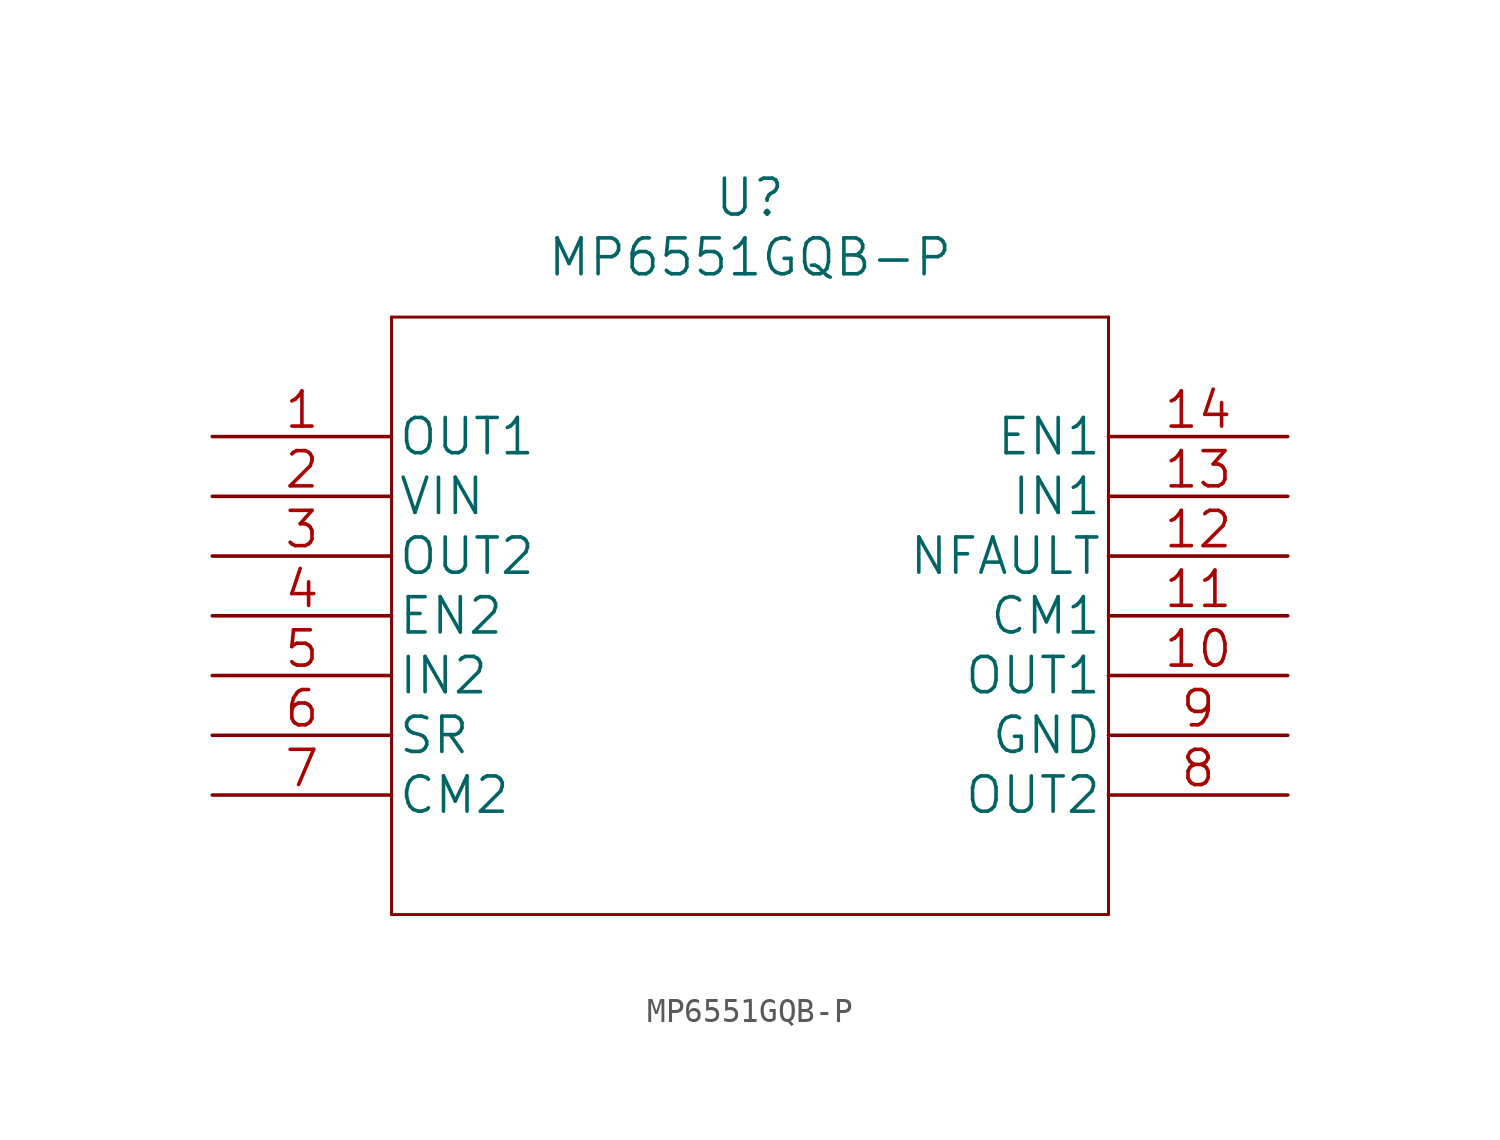
<source format=kicad_sym>
(kicad_symbol_lib
  (version 20211014)
  (generator kicad_symbol_editor)
  (symbol "MP6551GQB-P"
    (pin_names
      (offset 0.254))
    (property "Reference" "U"
      (at 22.86 10.16 0)
      (effects (font (size 1.524 1.524))))
    (property "Value" "MP6551GQB-P"
      (at 22.86 7.62 0)
      (effects (font (size 1.524 1.524))))
    (property "Datasheet" ""
      (at 0 0 0)
      (effects (font (size 1.524 1.524))))
    (property "ki_locked" ""
      (at 0 0 0)
      (effects (font (size 1.27 1.27))))
    (symbol "MP6551GQB-P_1_1"
      (polyline (pts (xy 7.62 -20.32) (xy 38.1 -20.32)) (stroke (width 0.127) (type default) (color 0 0 0 0)) (fill (type none)))
      (polyline (pts (xy 7.62 5.08) (xy 7.62 -20.32)) (stroke (width 0.127) (type default) (color 0 0 0 0)) (fill (type none)))
      (polyline (pts (xy 38.1 -20.32) (xy 38.1 5.08)) (stroke (width 0.127) (type default) (color 0 0 0 0)) (fill (type none)))
      (polyline (pts (xy 38.1 5.08) (xy 7.62 5.08)) (stroke (width 0.127) (type default) (color 0 0 0 0)) (fill (type none)))
      (pin output line (at 0 0 0) (length 7.62) (name "OUT1" (effects (font (size 1.499 1.499)))) (number "1" (effects (font (size 1.499 1.499)))))
      (pin output line (at 45.72 -10.16 180) (length 7.62) (name "OUT1" (effects (font (size 1.499 1.499)))) (number "10" (effects (font (size 1.499 1.499)))))
      (pin output line (at 45.72 -7.62 180) (length 7.62) (name "CM1" (effects (font (size 1.499 1.499)))) (number "11" (effects (font (size 1.499 1.499)))))
      (pin output line (at 45.72 -5.08 180) (length 7.62) (name "NFAULT" (effects (font (size 1.499 1.499)))) (number "12" (effects (font (size 1.499 1.499)))))
      (pin input line (at 45.72 -2.54 180) (length 7.62) (name "IN1" (effects (font (size 1.499 1.499)))) (number "13" (effects (font (size 1.499 1.499)))))
      (pin input line (at 45.72 0 180) (length 7.62) (name "EN1" (effects (font (size 1.499 1.499)))) (number "14" (effects (font (size 1.499 1.499)))))
      (pin power_in line (at 0 -2.54 0) (length 7.62) (name "VIN" (effects (font (size 1.499 1.499)))) (number "2" (effects (font (size 1.499 1.499)))))
      (pin output line (at 0 -5.08 0) (length 7.62) (name "OUT2" (effects (font (size 1.499 1.499)))) (number "3" (effects (font (size 1.499 1.499)))))
      (pin input line (at 0 -7.62 0) (length 7.62) (name "EN2" (effects (font (size 1.499 1.499)))) (number "4" (effects (font (size 1.499 1.499)))))
      (pin input line (at 0 -10.16 0) (length 7.62) (name "IN2" (effects (font (size 1.499 1.499)))) (number "5" (effects (font (size 1.499 1.499)))))
      (pin unspecified line (at 0 -12.7 0) (length 7.62) (name "SR" (effects (font (size 1.499 1.499)))) (number "6" (effects (font (size 1.499 1.499)))))
      (pin output line (at 0 -15.24 0) (length 7.62) (name "CM2" (effects (font (size 1.499 1.499)))) (number "7" (effects (font (size 1.499 1.499)))))
      (pin output line (at 45.72 -15.24 180) (length 7.62) (name "OUT2" (effects (font (size 1.499 1.499)))) (number "8" (effects (font (size 1.499 1.499)))))
      (pin power_in line (at 45.72 -12.7 180) (length 7.62) (name "GND" (effects (font (size 1.499 1.499)))) (number "9" (effects (font (size 1.499 1.499))))))))
</source>
